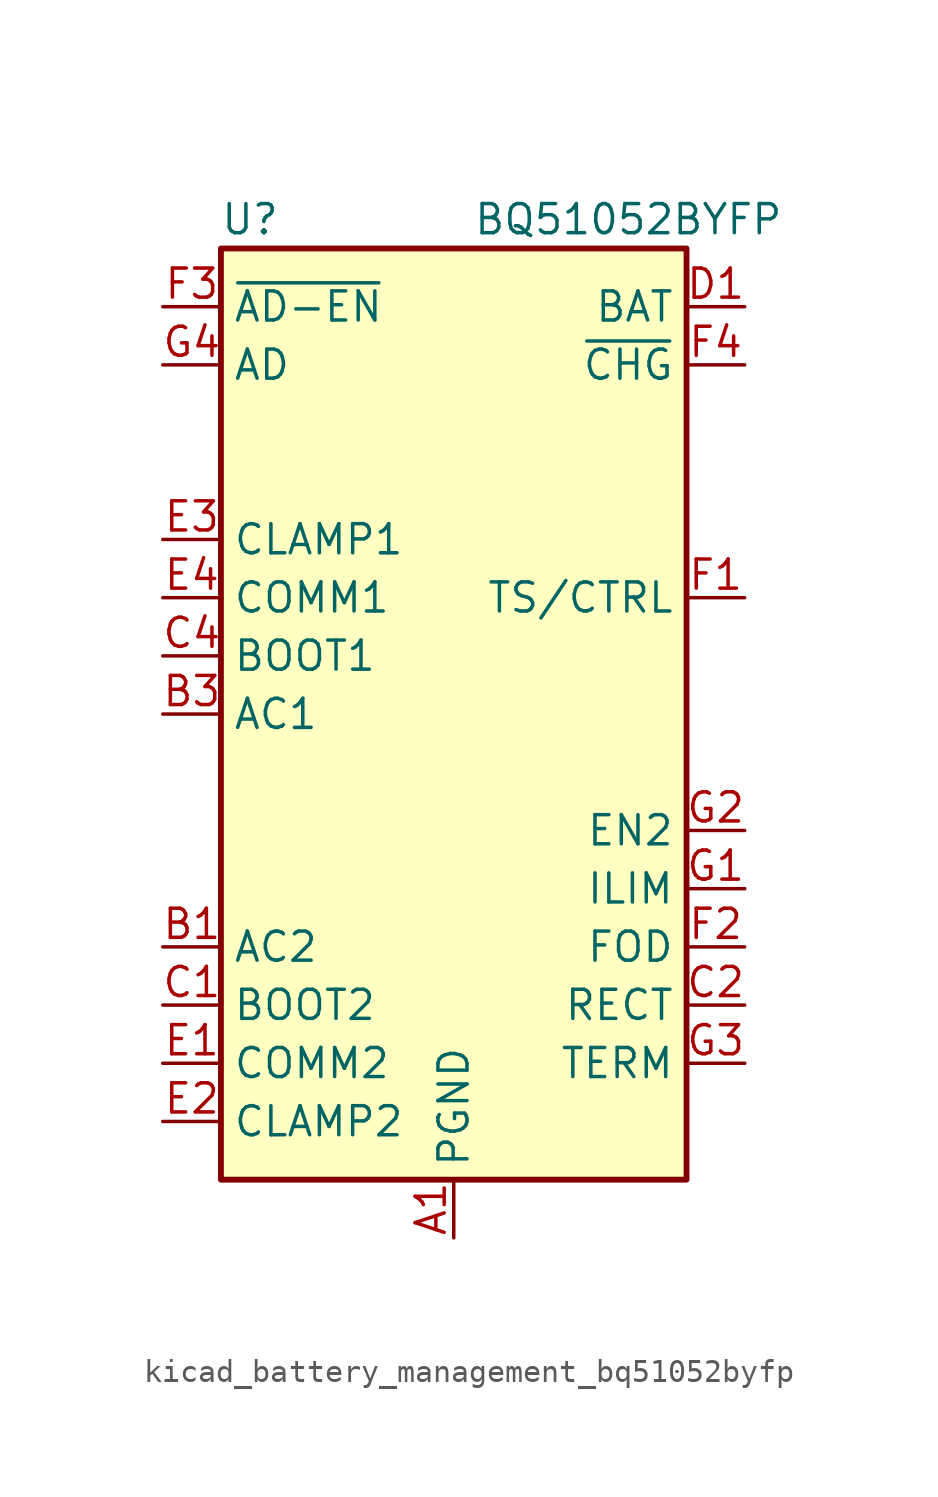
<source format=kicad_sym>
(kicad_symbol_lib
  (version 20220914)
  (generator kicad_symbol_editor)
  (symbol "kicad_battery_management_bq51052byfp"
    (property "Reference" "U"
      (at -8.89 21.59 0)
      (effects (font (size 1.27 1.27))))
    (property "Value" "BQ51052BYFP"
      (at 7.62 21.59 0)
      (effects (font (size 1.27 1.27))))
    (symbol "kicad_battery_management_bq51052byfp_0_1"
      (rectangle (start -10.16 -20.32) (end 10.16 20.32) (stroke (width 0.254) (type default)) (fill (type background))))
    (symbol "kicad_battery_management_bq51052byfp_1_1"
      (pin power_in line (at 0 -22.86 90) (length 2.54) (name "PGND" (effects (font (size 1.27 1.27)))) (number "A1" (effects (font (size 1.27 1.27)))))
      (pin passive line (at 0 -22.86 90) (length 2.54) hide (name "PGND" (effects (font (size 1.27 1.27)))) (number "A2" (effects (font (size 1.27 1.27)))))
      (pin passive line (at 0 -22.86 90) (length 2.54) hide (name "PGND" (effects (font (size 1.27 1.27)))) (number "A3" (effects (font (size 1.27 1.27)))))
      (pin passive line (at 0 -22.86 90) (length 2.54) hide (name "PGND" (effects (font (size 1.27 1.27)))) (number "A4" (effects (font (size 1.27 1.27)))))
      (pin input line (at -12.7 -10.16 0) (length 2.54) (name "AC2" (effects (font (size 1.27 1.27)))) (number "B1" (effects (font (size 1.27 1.27)))))
      (pin input line (at -12.7 -10.16 0) (length 2.54) hide (name "AC2" (effects (font (size 1.27 1.27)))) (number "B2" (effects (font (size 1.27 1.27)))))
      (pin input line (at -12.7 0 0) (length 2.54) (name "AC1" (effects (font (size 1.27 1.27)))) (number "B3" (effects (font (size 1.27 1.27)))))
      (pin input line (at -12.7 0 0) (length 2.54) hide (name "AC1" (effects (font (size 1.27 1.27)))) (number "B4" (effects (font (size 1.27 1.27)))))
      (pin passive line (at -12.7 -12.7 0) (length 2.54) (name "BOOT2" (effects (font (size 1.27 1.27)))) (number "C1" (effects (font (size 1.27 1.27)))))
      (pin passive line (at 12.7 -12.7 180) (length 2.54) (name "RECT" (effects (font (size 1.27 1.27)))) (number "C2" (effects (font (size 1.27 1.27)))))
      (pin passive line (at 12.7 -12.7 180) (length 2.54) hide (name "RECT" (effects (font (size 1.27 1.27)))) (number "C3" (effects (font (size 1.27 1.27)))))
      (pin passive line (at -12.7 2.54 0) (length 2.54) (name "BOOT1" (effects (font (size 1.27 1.27)))) (number "C4" (effects (font (size 1.27 1.27)))))
      (pin power_out line (at 12.7 17.78 180) (length 2.54) (name "BAT" (effects (font (size 1.27 1.27)))) (number "D1" (effects (font (size 1.27 1.27)))))
      (pin passive line (at 12.7 17.78 180) (length 2.54) hide (name "BAT" (effects (font (size 1.27 1.27)))) (number "D2" (effects (font (size 1.27 1.27)))))
      (pin passive line (at 12.7 17.78 180) (length 2.54) hide (name "BAT" (effects (font (size 1.27 1.27)))) (number "D3" (effects (font (size 1.27 1.27)))))
      (pin passive line (at 12.7 17.78 180) (length 2.54) hide (name "BAT" (effects (font (size 1.27 1.27)))) (number "D4" (effects (font (size 1.27 1.27)))))
      (pin open_collector line (at -12.7 -15.24 0) (length 2.54) (name "COMM2" (effects (font (size 1.27 1.27)))) (number "E1" (effects (font (size 1.27 1.27)))))
      (pin open_collector line (at -12.7 -17.78 0) (length 2.54) (name "CLAMP2" (effects (font (size 1.27 1.27)))) (number "E2" (effects (font (size 1.27 1.27)))))
      (pin open_collector line (at -12.7 7.62 0) (length 2.54) (name "CLAMP1" (effects (font (size 1.27 1.27)))) (number "E3" (effects (font (size 1.27 1.27)))))
      (pin open_collector line (at -12.7 5.08 0) (length 2.54) (name "COMM1" (effects (font (size 1.27 1.27)))) (number "E4" (effects (font (size 1.27 1.27)))))
      (pin input line (at 12.7 5.08 180) (length 2.54) (name "TS/CTRL" (effects (font (size 1.27 1.27)))) (number "F1" (effects (font (size 1.27 1.27)))))
      (pin input line (at 12.7 -10.16 180) (length 2.54) (name "FOD" (effects (font (size 1.27 1.27)))) (number "F2" (effects (font (size 1.27 1.27)))))
      (pin output line (at -12.7 17.78 0) (length 2.54) (name "~{AD-EN}" (effects (font (size 1.27 1.27)))) (number "F3" (effects (font (size 1.27 1.27)))))
      (pin open_collector line (at 12.7 15.24 180) (length 2.54) (name "~{CHG}" (effects (font (size 1.27 1.27)))) (number "F4" (effects (font (size 1.27 1.27)))))
      (pin passive line (at 12.7 -7.62 180) (length 2.54) (name "ILIM" (effects (font (size 1.27 1.27)))) (number "G1" (effects (font (size 1.27 1.27)))))
      (pin input line (at 12.7 -5.08 180) (length 2.54) (name "EN2" (effects (font (size 1.27 1.27)))) (number "G2" (effects (font (size 1.27 1.27)))))
      (pin input line (at 12.7 -15.24 180) (length 2.54) (name "TERM" (effects (font (size 1.27 1.27)))) (number "G3" (effects (font (size 1.27 1.27)))))
      (pin input line (at -12.7 15.24 0) (length 2.54) (name "AD" (effects (font (size 1.27 1.27)))) (number "G4" (effects (font (size 1.27 1.27))))))))
</source>
